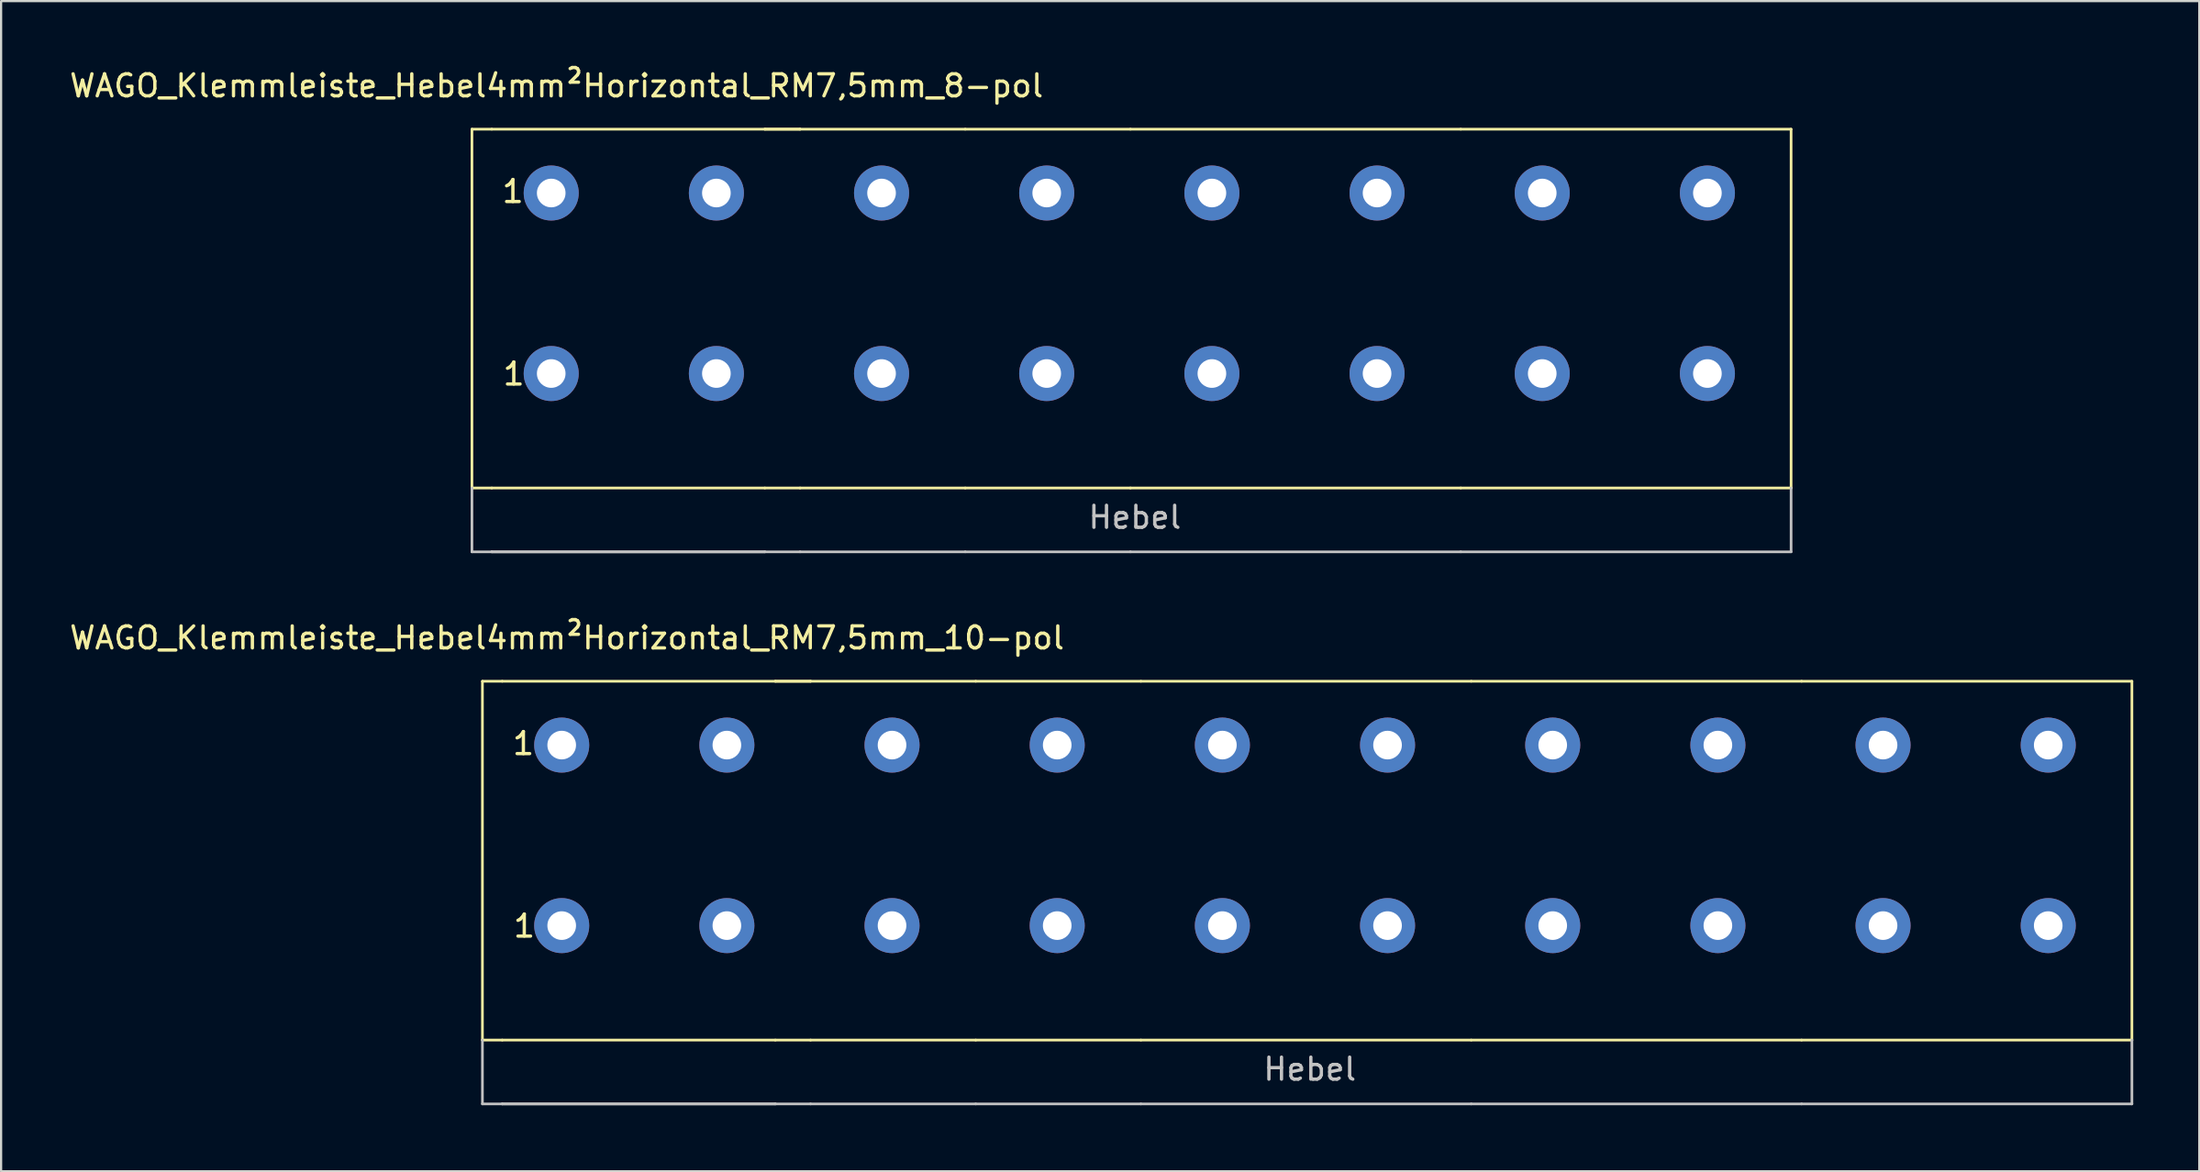
<source format=kicad_pcb>
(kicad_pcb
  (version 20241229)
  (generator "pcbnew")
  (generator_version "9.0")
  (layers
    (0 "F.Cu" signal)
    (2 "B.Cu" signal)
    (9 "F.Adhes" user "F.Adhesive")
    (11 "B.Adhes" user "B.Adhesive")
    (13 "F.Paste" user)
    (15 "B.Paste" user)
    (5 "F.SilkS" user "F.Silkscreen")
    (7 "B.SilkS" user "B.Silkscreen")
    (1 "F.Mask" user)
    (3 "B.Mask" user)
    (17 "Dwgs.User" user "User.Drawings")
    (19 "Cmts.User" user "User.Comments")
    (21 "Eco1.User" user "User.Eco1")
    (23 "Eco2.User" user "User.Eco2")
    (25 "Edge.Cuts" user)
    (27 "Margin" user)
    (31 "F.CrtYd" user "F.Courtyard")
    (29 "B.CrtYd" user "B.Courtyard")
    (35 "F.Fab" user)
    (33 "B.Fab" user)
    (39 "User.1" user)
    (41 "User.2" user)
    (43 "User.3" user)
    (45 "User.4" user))
  (footprint "WAGO_Klemmleiste_Hebel4mm²Horizontal_RM7,5mm_8-pol"
    (layer "F.Cu")
    (at 21.98 5.718)
    (property "Reference" "WAGO_Klemmleiste_Hebel4mm²Horizontal_RM7,5mm_8-pol" (at 0.24 -4.87 0) (layer "F.SilkS") (effects (font (size 1 1) (thickness 0.15))))
    (attr through_hole)
    (fp_line (start -3.6 -2.9) (end -3.6 13.4) (stroke (width 0.12) (type solid)) (layer "F.SilkS"))
    (fp_line (start -3.6 13.4) (end -2.7 13.4) (stroke (width 0.12) (type solid)) (layer "F.SilkS"))
    (fp_line (start -2.7 -2.9) (end -3.6 -2.9) (stroke (width 0.12) (type solid)) (layer "F.SilkS"))
    (fp_line (start -2.7 -2.9) (end 9.7 -2.9) (stroke (width 0.12) (type solid)) (layer "F.SilkS"))
    (fp_line (start 9.7 -2.9) (end 11.3 -2.9) (stroke (width 0.12) (type solid)) (layer "F.SilkS"))
    (fp_line (start 9.7 13.4) (end -2.7 13.4) (stroke (width 0.12) (type solid)) (layer "F.SilkS"))
    (fp_line (start 9.7 13.4) (end 11.3 13.4) (stroke (width 0.12) (type solid)) (layer "F.SilkS"))
    (fp_line (start 11.3 -2.9) (end 9.7 -2.9) (stroke (width 0.12) (type solid)) (layer "F.SilkS"))
    (fp_line (start 11.3 13.4) (end 18.8 13.4) (stroke (width 0.12) (type solid)) (layer "F.SilkS"))
    (fp_line (start 18.8 -2.9) (end 11.3 -2.9) (stroke (width 0.12) (type solid)) (layer "F.SilkS"))
    (fp_line (start 18.8 -2.9) (end 26.3 -2.9) (stroke (width 0.12) (type solid)) (layer "F.SilkS"))
    (fp_line (start 26.3 13.4) (end 18.8 13.4) (stroke (width 0.12) (type solid)) (layer "F.SilkS"))
    (fp_line (start 26.3 13.4) (end 41.3 13.4) (stroke (width 0.12) (type solid)) (layer "F.SilkS"))
    (fp_line (start 41.3 -2.9) (end 26.3 -2.9) (stroke (width 0.12) (type solid)) (layer "F.SilkS"))
    (fp_line (start 41.3 -2.9) (end 56.3 -2.9) (stroke (width 0.12) (type solid)) (layer "F.SilkS"))
    (fp_line (start 56.3 -2.9) (end 56.3 13.4) (stroke (width 0.12) (type solid)) (layer "F.SilkS"))
    (fp_line (start 56.3 13.4) (end 41.3 13.4) (stroke (width 0.12) (type solid)) (layer "F.SilkS"))
    (fp_line (start -3.6 13.4) (end -3.6 16.3) (stroke (width 0.12) (type solid)) (layer "Dwgs.User"))
    (fp_line (start -3.6 16.3) (end -2.7 16.3) (stroke (width 0.12) (type solid)) (layer "Dwgs.User"))
    (fp_line (start -2.7 16.3) (end 9.7 16.3) (stroke (width 0.12) (type solid)) (layer "Dwgs.User"))
    (fp_line (start -2.7 16.3) (end 9.7 16.3) (stroke (width 0.12) (type solid)) (layer "Dwgs.User"))
    (fp_line (start 11.3 16.3) (end 9.7 16.3) (stroke (width 0.12) (type solid)) (layer "Dwgs.User"))
    (fp_line (start 11.3 16.3) (end 18.8 16.3) (stroke (width 0.12) (type solid)) (layer "Dwgs.User"))
    (fp_line (start 26.3 16.3) (end 18.8 16.3) (stroke (width 0.12) (type solid)) (layer "Dwgs.User"))
    (fp_line (start 26.3 16.3) (end 41.3 16.3) (stroke (width 0.12) (type solid)) (layer "Dwgs.User"))
    (fp_line (start 56.3 13.4) (end 56.3 16.3) (stroke (width 0.12) (type solid)) (layer "Dwgs.User"))
    (fp_line (start 56.3 16.3) (end 41.3 16.3) (stroke (width 0.12) (type solid)) (layer "Dwgs.User"))
    (fp_text user "1" (at -1.74 -0.07 0) (layer "F.SilkS") (effects (font (size 1 1) (thickness 0.15))))
    (fp_text user "1" (at -1.7 8.22 0) (layer "F.SilkS") (effects (font (size 1 1) (thickness 0.15))))
    (fp_text user "Hebel" (at 26.5 14.73 0) (layer "Dwgs.User") (effects (font (size 1 1) (thickness 0.15))))
    (pad "1" thru_hole circle (at 0 0) (size 2.5 2.5) (drill 1.3) (layers "*.Cu" "*.Mask"))
    (pad "1" thru_hole circle (at 0 8.2) (size 2.5 2.5) (drill 1.3) (layers "*.Cu" "*.Mask"))
    (pad "2" thru_hole circle (at 7.5 0) (size 2.5 2.5) (drill 1.3) (layers "*.Cu" "*.Mask"))
    (pad "2" thru_hole circle (at 7.5 8.2) (size 2.5 2.5) (drill 1.3) (layers "*.Cu" "*.Mask"))
    (pad "3" thru_hole circle (at 15 0) (size 2.5 2.5) (drill 1.3) (layers "*.Cu" "*.Mask"))
    (pad "3" thru_hole circle (at 15 8.2) (size 2.5 2.5) (drill 1.3) (layers "*.Cu" "*.Mask"))
    (pad "4" thru_hole circle (at 22.5 0) (size 2.5 2.5) (drill 1.3) (layers "*.Cu" "*.Mask"))
    (pad "4" thru_hole circle (at 22.5 8.2) (size 2.5 2.5) (drill 1.3) (layers "*.Cu" "*.Mask"))
    (pad "5" thru_hole circle (at 30 0) (size 2.5 2.5) (drill 1.3) (layers "*.Cu" "*.Mask"))
    (pad "5" thru_hole circle (at 30 8.2) (size 2.5 2.5) (drill 1.3) (layers "*.Cu" "*.Mask"))
    (pad "6" thru_hole circle (at 37.5 0) (size 2.5 2.5) (drill 1.3) (layers "*.Cu" "*.Mask"))
    (pad "6" thru_hole circle (at 37.5 8.2) (size 2.5 2.5) (drill 1.3) (layers "*.Cu" "*.Mask"))
    (pad "7" thru_hole circle (at 45 0) (size 2.5 2.5) (drill 1.3) (layers "*.Cu" "*.Mask"))
    (pad "7" thru_hole circle (at 45 8.2) (size 2.5 2.5) (drill 1.3) (layers "*.Cu" "*.Mask"))
    (pad "8" thru_hole circle (at 52.5 0) (size 2.5 2.5) (drill 1.3) (layers "*.Cu" "*.Mask"))
    (pad "8" thru_hole circle (at 52.5 8.2) (size 2.5 2.5) (drill 1.3) (layers "*.Cu" "*.Mask")))
  (footprint "WAGO_Klemmleiste_Hebel4mm²Horizontal_RM7,5mm_10-pol"
    (layer "F.Cu")
    (at 22.456 30.797)
    (property "Reference" "WAGO_Klemmleiste_Hebel4mm²Horizontal_RM7,5mm_10-pol" (at 0.24 -4.87 0) (layer "F.SilkS") (effects (font (size 1 1) (thickness 0.15))))
    (attr through_hole)
    (fp_line (start -3.6 -2.9) (end -3.6 13.4) (stroke (width 0.12) (type solid)) (layer "F.SilkS"))
    (fp_line (start -3.6 13.4) (end -2.7 13.4) (stroke (width 0.12) (type solid)) (layer "F.SilkS"))
    (fp_line (start -2.7 -2.9) (end -3.6 -2.9) (stroke (width 0.12) (type solid)) (layer "F.SilkS"))
    (fp_line (start -2.7 -2.9) (end 9.7 -2.9) (stroke (width 0.12) (type solid)) (layer "F.SilkS"))
    (fp_line (start 9.7 -2.9) (end 11.3 -2.9) (stroke (width 0.12) (type solid)) (layer "F.SilkS"))
    (fp_line (start 9.7 13.4) (end -2.7 13.4) (stroke (width 0.12) (type solid)) (layer "F.SilkS"))
    (fp_line (start 9.7 13.4) (end 11.3 13.4) (stroke (width 0.12) (type solid)) (layer "F.SilkS"))
    (fp_line (start 11.3 -2.9) (end 9.7 -2.9) (stroke (width 0.12) (type solid)) (layer "F.SilkS"))
    (fp_line (start 11.3 13.4) (end 18.8 13.4) (stroke (width 0.12) (type solid)) (layer "F.SilkS"))
    (fp_line (start 18.8 -2.9) (end 11.3 -2.9) (stroke (width 0.12) (type solid)) (layer "F.SilkS"))
    (fp_line (start 18.8 -2.9) (end 26.3 -2.9) (stroke (width 0.12) (type solid)) (layer "F.SilkS"))
    (fp_line (start 26.3 13.4) (end 18.8 13.4) (stroke (width 0.12) (type solid)) (layer "F.SilkS"))
    (fp_line (start 26.3 13.4) (end 41.3 13.4) (stroke (width 0.12) (type solid)) (layer "F.SilkS"))
    (fp_line (start 41.3 -2.9) (end 26.3 -2.9) (stroke (width 0.12) (type solid)) (layer "F.SilkS"))
    (fp_line (start 41.3 -2.9) (end 56.3 -2.9) (stroke (width 0.12) (type solid)) (layer "F.SilkS"))
    (fp_line (start 56.3 -2.9) (end 71.3 -2.9) (stroke (width 0.12) (type solid)) (layer "F.SilkS"))
    (fp_line (start 56.3 13.4) (end 41.3 13.4) (stroke (width 0.12) (type solid)) (layer "F.SilkS"))
    (fp_line (start 71.3 -2.9) (end 71.3 13.4) (stroke (width 0.12) (type solid)) (layer "F.SilkS"))
    (fp_line (start 71.3 13.4) (end 56.3 13.4) (stroke (width 0.12) (type solid)) (layer "F.SilkS"))
    (fp_line (start -3.6 13.4) (end -3.6 16.3) (stroke (width 0.12) (type solid)) (layer "Dwgs.User"))
    (fp_line (start -3.6 16.3) (end -2.7 16.3) (stroke (width 0.12) (type solid)) (layer "Dwgs.User"))
    (fp_line (start -2.7 16.3) (end 9.7 16.3) (stroke (width 0.12) (type solid)) (layer "Dwgs.User"))
    (fp_line (start -2.7 16.3) (end 9.7 16.3) (stroke (width 0.12) (type solid)) (layer "Dwgs.User"))
    (fp_line (start 11.3 16.3) (end 9.7 16.3) (stroke (width 0.12) (type solid)) (layer "Dwgs.User"))
    (fp_line (start 11.3 16.3) (end 18.8 16.3) (stroke (width 0.12) (type solid)) (layer "Dwgs.User"))
    (fp_line (start 26.3 16.3) (end 18.8 16.3) (stroke (width 0.12) (type solid)) (layer "Dwgs.User"))
    (fp_line (start 26.3 16.3) (end 41.3 16.3) (stroke (width 0.12) (type solid)) (layer "Dwgs.User"))
    (fp_line (start 56.3 16.3) (end 41.3 16.3) (stroke (width 0.12) (type solid)) (layer "Dwgs.User"))
    (fp_line (start 56.3 16.3) (end 71.3 16.3) (stroke (width 0.12) (type solid)) (layer "Dwgs.User"))
    (fp_line (start 71.3 16.3) (end 71.3 13.4) (stroke (width 0.12) (type solid)) (layer "Dwgs.User"))
    (fp_text user "1" (at -1.74 -0.07 0) (layer "F.SilkS") (effects (font (size 1 1) (thickness 0.15))))
    (fp_text user "1" (at -1.7 8.22 0) (layer "F.SilkS") (effects (font (size 1 1) (thickness 0.15))))
    (fp_text user "Hebel" (at 33.97 14.72 0) (layer "Dwgs.User") (effects (font (size 1 1) (thickness 0.15))))
    (pad "1" thru_hole circle (at 0 0) (size 2.5 2.5) (drill 1.3) (layers "*.Cu" "*.Mask"))
    (pad "1" thru_hole circle (at 0 8.2) (size 2.5 2.5) (drill 1.3) (layers "*.Cu" "*.Mask"))
    (pad "2" thru_hole circle (at 7.5 0) (size 2.5 2.5) (drill 1.3) (layers "*.Cu" "*.Mask"))
    (pad "2" thru_hole circle (at 7.5 8.2) (size 2.5 2.5) (drill 1.3) (layers "*.Cu" "*.Mask"))
    (pad "3" thru_hole circle (at 15 0) (size 2.5 2.5) (drill 1.3) (layers "*.Cu" "*.Mask"))
    (pad "3" thru_hole circle (at 15 8.2) (size 2.5 2.5) (drill 1.3) (layers "*.Cu" "*.Mask"))
    (pad "4" thru_hole circle (at 22.5 0) (size 2.5 2.5) (drill 1.3) (layers "*.Cu" "*.Mask"))
    (pad "4" thru_hole circle (at 22.5 8.2) (size 2.5 2.5) (drill 1.3) (layers "*.Cu" "*.Mask"))
    (pad "5" thru_hole circle (at 30 0) (size 2.5 2.5) (drill 1.3) (layers "*.Cu" "*.Mask"))
    (pad "5" thru_hole circle (at 30 8.2) (size 2.5 2.5) (drill 1.3) (layers "*.Cu" "*.Mask"))
    (pad "6" thru_hole circle (at 37.5 0) (size 2.5 2.5) (drill 1.3) (layers "*.Cu" "*.Mask"))
    (pad "6" thru_hole circle (at 37.5 8.2) (size 2.5 2.5) (drill 1.3) (layers "*.Cu" "*.Mask"))
    (pad "7" thru_hole circle (at 45 0) (size 2.5 2.5) (drill 1.3) (layers "*.Cu" "*.Mask"))
    (pad "7" thru_hole circle (at 45 8.2) (size 2.5 2.5) (drill 1.3) (layers "*.Cu" "*.Mask"))
    (pad "8" thru_hole circle (at 52.5 0) (size 2.5 2.5) (drill 1.3) (layers "*.Cu" "*.Mask"))
    (pad "8" thru_hole circle (at 52.5 8.2) (size 2.5 2.5) (drill 1.3) (layers "*.Cu" "*.Mask"))
    (pad "9" thru_hole circle (at 60 0) (size 2.5 2.5) (drill 1.3) (layers "*.Cu" "*.Mask"))
    (pad "9" thru_hole circle (at 60 8.2) (size 2.5 2.5) (drill 1.3) (layers "*.Cu" "*.Mask"))
    (pad "10" thru_hole circle (at 67.5 0) (size 2.5 2.5) (drill 1.3) (layers "*.Cu" "*.Mask"))
    (pad "10" thru_hole circle (at 67.5 8.2) (size 2.5 2.5) (drill 1.3) (layers "*.Cu" "*.Mask")))
  (gr_rect
    (start -3 -3)
    (end 96.816 50.157)
    (stroke (width 0.1) (type default))
    (fill no)
    (layer "Edge.Cuts")))
</source>
